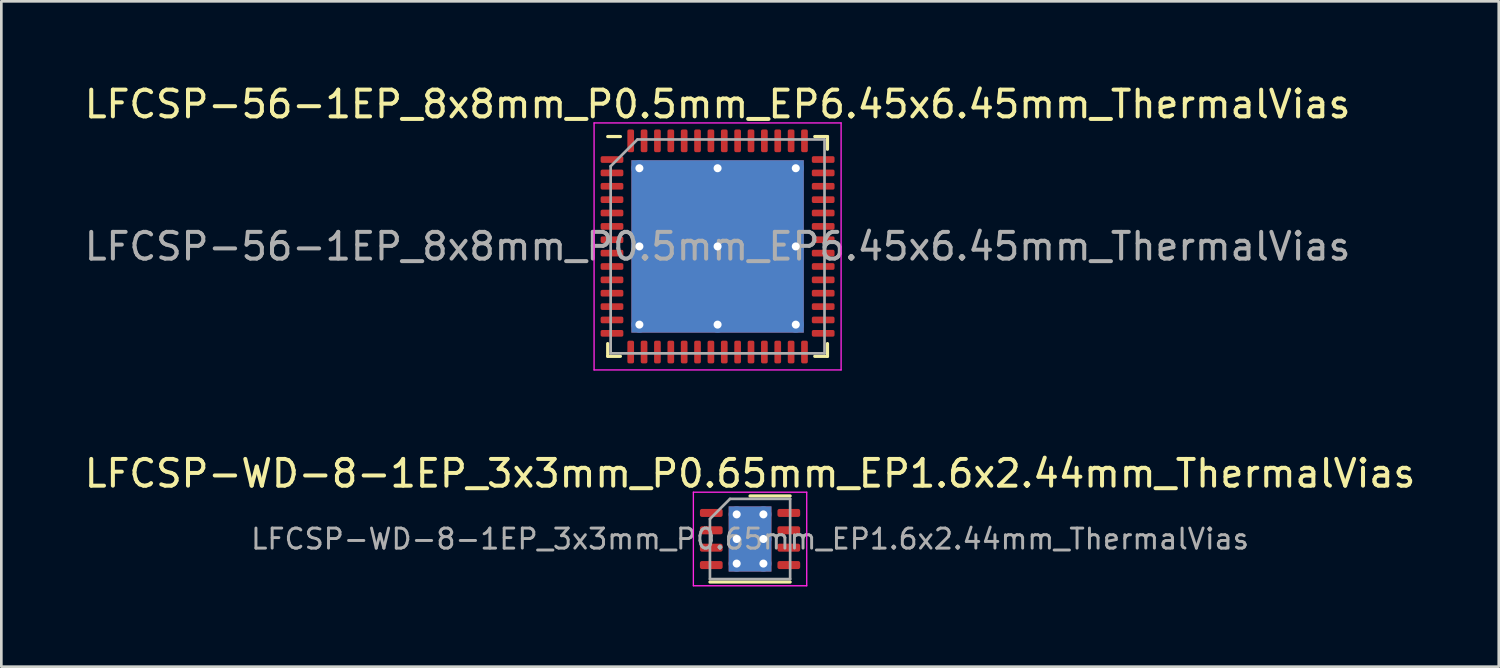
<source format=kicad_pcb>
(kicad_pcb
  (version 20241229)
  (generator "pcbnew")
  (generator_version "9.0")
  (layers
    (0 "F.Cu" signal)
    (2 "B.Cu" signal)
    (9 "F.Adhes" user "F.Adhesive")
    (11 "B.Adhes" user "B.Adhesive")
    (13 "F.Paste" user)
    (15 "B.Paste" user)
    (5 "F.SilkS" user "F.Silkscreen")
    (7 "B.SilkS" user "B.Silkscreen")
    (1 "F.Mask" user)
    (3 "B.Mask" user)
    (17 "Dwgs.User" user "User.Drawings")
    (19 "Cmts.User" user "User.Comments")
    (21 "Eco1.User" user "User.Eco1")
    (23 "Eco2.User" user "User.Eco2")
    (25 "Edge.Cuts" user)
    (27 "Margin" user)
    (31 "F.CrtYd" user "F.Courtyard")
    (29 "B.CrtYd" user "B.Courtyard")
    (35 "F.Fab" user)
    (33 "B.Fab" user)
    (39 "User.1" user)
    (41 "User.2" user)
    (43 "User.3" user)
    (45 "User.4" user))
  (footprint "LFCSP-56-1EP_8x8mm_P0.5mm_EP6.45x6.45mm_ThermalVias"
    (layer "F.Cu")
    (at 23.792 6.168)
    (property "Reference" "LFCSP-56-1EP_8x8mm_P0.5mm_EP6.45x6.45mm_ThermalVias" (at 0 -5.32 0) (layer "F.SilkS") (effects (font (size 1 1) (thickness 0.15))))
    (attr smd)
    (fp_line (start -4.11 4.11) (end -4.11 3.635) (stroke (width 0.12) (type solid)) (layer "F.SilkS"))
    (fp_line (start -3.635 -4.11) (end -4.11 -4.11) (stroke (width 0.12) (type solid)) (layer "F.SilkS"))
    (fp_line (start -3.635 4.11) (end -4.11 4.11) (stroke (width 0.12) (type solid)) (layer "F.SilkS"))
    (fp_line (start 3.635 -4.11) (end 4.11 -4.11) (stroke (width 0.12) (type solid)) (layer "F.SilkS"))
    (fp_line (start 3.635 4.11) (end 4.11 4.11) (stroke (width 0.12) (type solid)) (layer "F.SilkS"))
    (fp_line (start 4.11 -4.11) (end 4.11 -3.635) (stroke (width 0.12) (type solid)) (layer "F.SilkS"))
    (fp_line (start 4.11 4.11) (end 4.11 3.635) (stroke (width 0.12) (type solid)) (layer "F.SilkS"))
    (fp_line (start -4.62 -4.62) (end -4.62 4.62) (stroke (width 0.05) (type solid)) (layer "F.CrtYd"))
    (fp_line (start -4.62 4.62) (end 4.62 4.62) (stroke (width 0.05) (type solid)) (layer "F.CrtYd"))
    (fp_line (start 4.62 -4.62) (end -4.62 -4.62) (stroke (width 0.05) (type solid)) (layer "F.CrtYd"))
    (fp_line (start 4.62 4.62) (end 4.62 -4.62) (stroke (width 0.05) (type solid)) (layer "F.CrtYd"))
    (fp_line (start -4 -3) (end -3 -4) (stroke (width 0.1) (type solid)) (layer "F.Fab"))
    (fp_line (start -4 4) (end -4 -3) (stroke (width 0.1) (type solid)) (layer "F.Fab"))
    (fp_line (start -3 -4) (end 4 -4) (stroke (width 0.1) (type solid)) (layer "F.Fab"))
    (fp_line (start 4 -4) (end 4 4) (stroke (width 0.1) (type solid)) (layer "F.Fab"))
    (fp_line (start 4 4) (end -4 4) (stroke (width 0.1) (type solid)) (layer "F.Fab"))
    (fp_text user "${REFERENCE}" (at 0 0 0) (layer "F.Fab") (effects (font (size 1 1) (thickness 0.15))))
    (pad "" smd custom (at -1.462 -1.462) (size 2.636 2.636) (layers "F.Paste") (options (anchor circle)) (primitives (gr_poly (pts (xy -1.24 -1.11) (xy -1.11 -1.24) (xy 1.11 -1.24) (xy 1.24 -1.11) (xy 1.24 1.11) (xy 1.11 1.24) (xy -1.11 1.24) (xy -1.24 1.11)) (width 0.313) (fill yes))))
    (pad "" smd custom (at -1.462 1.462) (size 2.636 2.636) (layers "F.Paste") (options (anchor circle)) (primitives (gr_poly (pts (xy -1.24 -1.11) (xy -1.11 -1.24) (xy 1.11 -1.24) (xy 1.24 -1.11) (xy 1.24 1.11) (xy 1.11 1.24) (xy -1.11 1.24) (xy -1.24 1.11)) (width 0.313) (fill yes))))
    (pad "" smd custom (at 1.462 -1.462) (size 2.636 2.636) (layers "F.Paste") (options (anchor circle)) (primitives (gr_poly (pts (xy -1.24 -1.11) (xy -1.11 -1.24) (xy 1.11 -1.24) (xy 1.24 -1.11) (xy 1.24 1.11) (xy 1.11 1.24) (xy -1.11 1.24) (xy -1.24 1.11)) (width 0.313) (fill yes))))
    (pad "" smd custom (at 1.462 1.462) (size 2.636 2.636) (layers "F.Paste") (options (anchor circle)) (primitives (gr_poly (pts (xy -1.24 -1.11) (xy -1.11 -1.24) (xy 1.11 -1.24) (xy 1.24 -1.11) (xy 1.24 1.11) (xy 1.11 1.24) (xy -1.11 1.24) (xy -1.24 1.11)) (width 0.313) (fill yes))))
    (pad "1" smd roundrect (at -3.95 -3.25) (size 0.85 0.25) (layers "F.Cu" "F.Mask" "F.Paste") (roundrect_rratio 0.25))
    (pad "2" smd roundrect (at -3.95 -2.75) (size 0.85 0.25) (layers "F.Cu" "F.Mask" "F.Paste") (roundrect_rratio 0.25))
    (pad "3" smd roundrect (at -3.95 -2.25) (size 0.85 0.25) (layers "F.Cu" "F.Mask" "F.Paste") (roundrect_rratio 0.25))
    (pad "4" smd roundrect (at -3.95 -1.75) (size 0.85 0.25) (layers "F.Cu" "F.Mask" "F.Paste") (roundrect_rratio 0.25))
    (pad "5" smd roundrect (at -3.95 -1.25) (size 0.85 0.25) (layers "F.Cu" "F.Mask" "F.Paste") (roundrect_rratio 0.25))
    (pad "6" smd roundrect (at -3.95 -0.75) (size 0.85 0.25) (layers "F.Cu" "F.Mask" "F.Paste") (roundrect_rratio 0.25))
    (pad "7" smd roundrect (at -3.95 -0.25) (size 0.85 0.25) (layers "F.Cu" "F.Mask" "F.Paste") (roundrect_rratio 0.25))
    (pad "8" smd roundrect (at -3.95 0.25) (size 0.85 0.25) (layers "F.Cu" "F.Mask" "F.Paste") (roundrect_rratio 0.25))
    (pad "9" smd roundrect (at -3.95 0.75) (size 0.85 0.25) (layers "F.Cu" "F.Mask" "F.Paste") (roundrect_rratio 0.25))
    (pad "10" smd roundrect (at -3.95 1.25) (size 0.85 0.25) (layers "F.Cu" "F.Mask" "F.Paste") (roundrect_rratio 0.25))
    (pad "11" smd roundrect (at -3.95 1.75) (size 0.85 0.25) (layers "F.Cu" "F.Mask" "F.Paste") (roundrect_rratio 0.25))
    (pad "12" smd roundrect (at -3.95 2.25) (size 0.85 0.25) (layers "F.Cu" "F.Mask" "F.Paste") (roundrect_rratio 0.25))
    (pad "13" smd roundrect (at -3.95 2.75) (size 0.85 0.25) (layers "F.Cu" "F.Mask" "F.Paste") (roundrect_rratio 0.25))
    (pad "14" smd roundrect (at -3.95 3.25) (size 0.85 0.25) (layers "F.Cu" "F.Mask" "F.Paste") (roundrect_rratio 0.25))
    (pad "15" smd roundrect (at -3.25 3.95) (size 0.25 0.85) (layers "F.Cu" "F.Mask" "F.Paste") (roundrect_rratio 0.25))
    (pad "16" smd roundrect (at -2.75 3.95) (size 0.25 0.85) (layers "F.Cu" "F.Mask" "F.Paste") (roundrect_rratio 0.25))
    (pad "17" smd roundrect (at -2.25 3.95) (size 0.25 0.85) (layers "F.Cu" "F.Mask" "F.Paste") (roundrect_rratio 0.25))
    (pad "18" smd roundrect (at -1.75 3.95) (size 0.25 0.85) (layers "F.Cu" "F.Mask" "F.Paste") (roundrect_rratio 0.25))
    (pad "19" smd roundrect (at -1.25 3.95) (size 0.25 0.85) (layers "F.Cu" "F.Mask" "F.Paste") (roundrect_rratio 0.25))
    (pad "20" smd roundrect (at -0.75 3.95) (size 0.25 0.85) (layers "F.Cu" "F.Mask" "F.Paste") (roundrect_rratio 0.25))
    (pad "21" smd roundrect (at -0.25 3.95) (size 0.25 0.85) (layers "F.Cu" "F.Mask" "F.Paste") (roundrect_rratio 0.25))
    (pad "22" smd roundrect (at 0.25 3.95) (size 0.25 0.85) (layers "F.Cu" "F.Mask" "F.Paste") (roundrect_rratio 0.25))
    (pad "23" smd roundrect (at 0.75 3.95) (size 0.25 0.85) (layers "F.Cu" "F.Mask" "F.Paste") (roundrect_rratio 0.25))
    (pad "24" smd roundrect (at 1.25 3.95) (size 0.25 0.85) (layers "F.Cu" "F.Mask" "F.Paste") (roundrect_rratio 0.25))
    (pad "25" smd roundrect (at 1.75 3.95) (size 0.25 0.85) (layers "F.Cu" "F.Mask" "F.Paste") (roundrect_rratio 0.25))
    (pad "26" smd roundrect (at 2.25 3.95) (size 0.25 0.85) (layers "F.Cu" "F.Mask" "F.Paste") (roundrect_rratio 0.25))
    (pad "27" smd roundrect (at 2.75 3.95) (size 0.25 0.85) (layers "F.Cu" "F.Mask" "F.Paste") (roundrect_rratio 0.25))
    (pad "28" smd roundrect (at 3.25 3.95) (size 0.25 0.85) (layers "F.Cu" "F.Mask" "F.Paste") (roundrect_rratio 0.25))
    (pad "29" smd roundrect (at 3.95 3.25) (size 0.85 0.25) (layers "F.Cu" "F.Mask" "F.Paste") (roundrect_rratio 0.25))
    (pad "30" smd roundrect (at 3.95 2.75) (size 0.85 0.25) (layers "F.Cu" "F.Mask" "F.Paste") (roundrect_rratio 0.25))
    (pad "31" smd roundrect (at 3.95 2.25) (size 0.85 0.25) (layers "F.Cu" "F.Mask" "F.Paste") (roundrect_rratio 0.25))
    (pad "32" smd roundrect (at 3.95 1.75) (size 0.85 0.25) (layers "F.Cu" "F.Mask" "F.Paste") (roundrect_rratio 0.25))
    (pad "33" smd roundrect (at 3.95 1.25) (size 0.85 0.25) (layers "F.Cu" "F.Mask" "F.Paste") (roundrect_rratio 0.25))
    (pad "34" smd roundrect (at 3.95 0.75) (size 0.85 0.25) (layers "F.Cu" "F.Mask" "F.Paste") (roundrect_rratio 0.25))
    (pad "35" smd roundrect (at 3.95 0.25) (size 0.85 0.25) (layers "F.Cu" "F.Mask" "F.Paste") (roundrect_rratio 0.25))
    (pad "36" smd roundrect (at 3.95 -0.25) (size 0.85 0.25) (layers "F.Cu" "F.Mask" "F.Paste") (roundrect_rratio 0.25))
    (pad "37" smd roundrect (at 3.95 -0.75) (size 0.85 0.25) (layers "F.Cu" "F.Mask" "F.Paste") (roundrect_rratio 0.25))
    (pad "38" smd roundrect (at 3.95 -1.25) (size 0.85 0.25) (layers "F.Cu" "F.Mask" "F.Paste") (roundrect_rratio 0.25))
    (pad "39" smd roundrect (at 3.95 -1.75) (size 0.85 0.25) (layers "F.Cu" "F.Mask" "F.Paste") (roundrect_rratio 0.25))
    (pad "40" smd roundrect (at 3.95 -2.25) (size 0.85 0.25) (layers "F.Cu" "F.Mask" "F.Paste") (roundrect_rratio 0.25))
    (pad "41" smd roundrect (at 3.95 -2.75) (size 0.85 0.25) (layers "F.Cu" "F.Mask" "F.Paste") (roundrect_rratio 0.25))
    (pad "42" smd roundrect (at 3.95 -3.25) (size 0.85 0.25) (layers "F.Cu" "F.Mask" "F.Paste") (roundrect_rratio 0.25))
    (pad "43" smd roundrect (at 3.25 -3.95) (size 0.25 0.85) (layers "F.Cu" "F.Mask" "F.Paste") (roundrect_rratio 0.25))
    (pad "44" smd roundrect (at 2.75 -3.95) (size 0.25 0.85) (layers "F.Cu" "F.Mask" "F.Paste") (roundrect_rratio 0.25))
    (pad "45" smd roundrect (at 2.25 -3.95) (size 0.25 0.85) (layers "F.Cu" "F.Mask" "F.Paste") (roundrect_rratio 0.25))
    (pad "46" smd roundrect (at 1.75 -3.95) (size 0.25 0.85) (layers "F.Cu" "F.Mask" "F.Paste") (roundrect_rratio 0.25))
    (pad "47" smd roundrect (at 1.25 -3.95) (size 0.25 0.85) (layers "F.Cu" "F.Mask" "F.Paste") (roundrect_rratio 0.25))
    (pad "48" smd roundrect (at 0.75 -3.95) (size 0.25 0.85) (layers "F.Cu" "F.Mask" "F.Paste") (roundrect_rratio 0.25))
    (pad "49" smd roundrect (at 0.25 -3.95) (size 0.25 0.85) (layers "F.Cu" "F.Mask" "F.Paste") (roundrect_rratio 0.25))
    (pad "50" smd roundrect (at -0.25 -3.95) (size 0.25 0.85) (layers "F.Cu" "F.Mask" "F.Paste") (roundrect_rratio 0.25))
    (pad "51" smd roundrect (at -0.75 -3.95) (size 0.25 0.85) (layers "F.Cu" "F.Mask" "F.Paste") (roundrect_rratio 0.25))
    (pad "52" smd roundrect (at -1.25 -3.95) (size 0.25 0.85) (layers "F.Cu" "F.Mask" "F.Paste") (roundrect_rratio 0.25))
    (pad "53" smd roundrect (at -1.75 -3.95) (size 0.25 0.85) (layers "F.Cu" "F.Mask" "F.Paste") (roundrect_rratio 0.25))
    (pad "54" smd roundrect (at -2.25 -3.95) (size 0.25 0.85) (layers "F.Cu" "F.Mask" "F.Paste") (roundrect_rratio 0.25))
    (pad "55" smd roundrect (at -2.75 -3.95) (size 0.25 0.85) (layers "F.Cu" "F.Mask" "F.Paste") (roundrect_rratio 0.25))
    (pad "56" smd roundrect (at -3.25 -3.95) (size 0.25 0.85) (layers "F.Cu" "F.Mask" "F.Paste") (roundrect_rratio 0.25))
    (pad "57" thru_hole circle (at -2.925 -2.925) (size 0.6 0.6) (drill 0.3) (layers "*.Cu"))
    (pad "57" thru_hole circle (at -2.925 0) (size 0.6 0.6) (drill 0.3) (layers "*.Cu"))
    (pad "57" thru_hole circle (at -2.925 2.925) (size 0.6 0.6) (drill 0.3) (layers "*.Cu"))
    (pad "57" thru_hole circle (at 0 -2.925) (size 0.6 0.6) (drill 0.3) (layers "*.Cu"))
    (pad "57" thru_hole circle (at 0 0) (size 0.6 0.6) (drill 0.3) (layers "*.Cu"))
    (pad "57" smd rect (at 0 0) (size 6.45 6.45) (layers "F.Cu" "F.Mask"))
    (pad "57" smd rect (at 0 0) (size 6.45 6.45) (layers "B.Cu"))
    (pad "57" thru_hole circle (at 0 2.925) (size 0.6 0.6) (drill 0.3) (layers "*.Cu"))
    (pad "57" thru_hole circle (at 2.925 -2.925) (size 0.6 0.6) (drill 0.3) (layers "*.Cu"))
    (pad "57" thru_hole circle (at 2.925 0) (size 0.6 0.6) (drill 0.3) (layers "*.Cu"))
    (pad "57" thru_hole circle (at 2.925 2.925) (size 0.6 0.6) (drill 0.3) (layers "*.Cu")))
  (footprint "LFCSP-WD-8-1EP_3x3mm_P0.65mm_EP1.6x2.44mm_ThermalVias"
    (layer "F.Cu")
    (at 25.006 17.111)
    (property "Reference" "LFCSP-WD-8-1EP_3x3mm_P0.65mm_EP1.6x2.44mm_ThermalVias" (at 0 -2.45 0) (layer "F.SilkS") (effects (font (size 1 1) (thickness 0.15))))
    (attr smd)
    (fp_line (start -1.5 1.61) (end 1.5 1.61) (stroke (width 0.12) (type solid)) (layer "F.SilkS"))
    (fp_line (start 0 -1.61) (end 1.5 -1.61) (stroke (width 0.12) (type solid)) (layer "F.SilkS"))
    (fp_line (start -2.12 -1.75) (end -2.12 1.75) (stroke (width 0.05) (type solid)) (layer "F.CrtYd"))
    (fp_line (start -2.12 1.75) (end 2.12 1.75) (stroke (width 0.05) (type solid)) (layer "F.CrtYd"))
    (fp_line (start 2.12 -1.75) (end -2.12 -1.75) (stroke (width 0.05) (type solid)) (layer "F.CrtYd"))
    (fp_line (start 2.12 1.75) (end 2.12 -1.75) (stroke (width 0.05) (type solid)) (layer "F.CrtYd"))
    (fp_line (start -1.5 -0.75) (end -0.75 -1.5) (stroke (width 0.1) (type solid)) (layer "F.Fab"))
    (fp_line (start -1.5 1.5) (end -1.5 -0.75) (stroke (width 0.1) (type solid)) (layer "F.Fab"))
    (fp_line (start -0.75 -1.5) (end 1.5 -1.5) (stroke (width 0.1) (type solid)) (layer "F.Fab"))
    (fp_line (start 1.5 -1.5) (end 1.5 1.5) (stroke (width 0.1) (type solid)) (layer "F.Fab"))
    (fp_line (start 1.5 1.5) (end -1.5 1.5) (stroke (width 0.1) (type solid)) (layer "F.Fab"))
    (fp_text user "${REFERENCE}" (at 0 0 0) (layer "F.Fab") (effects (font (size 0.75 0.75) (thickness 0.11))))
    (pad "" smd roundrect (at -0.4 -0.81) (size 0.69 0.7) (layers "F.Paste") (roundrect_rratio 0.25))
    (pad "" smd roundrect (at -0.4 0) (size 0.69 0.7) (layers "F.Paste") (roundrect_rratio 0.25))
    (pad "" smd roundrect (at -0.4 0.81) (size 0.69 0.7) (layers "F.Paste") (roundrect_rratio 0.25))
    (pad "" smd roundrect (at 0.4 -0.81) (size 0.69 0.7) (layers "F.Paste") (roundrect_rratio 0.25))
    (pad "" smd roundrect (at 0.4 0) (size 0.69 0.7) (layers "F.Paste") (roundrect_rratio 0.25))
    (pad "" smd roundrect (at 0.4 0.81) (size 0.69 0.7) (layers "F.Paste") (roundrect_rratio 0.25))
    (pad "1" smd roundrect (at -1.45 -0.975) (size 0.85 0.3) (layers "F.Cu" "F.Mask" "F.Paste") (roundrect_rratio 0.25))
    (pad "2" smd roundrect (at -1.45 -0.325) (size 0.85 0.3) (layers "F.Cu" "F.Mask" "F.Paste") (roundrect_rratio 0.25))
    (pad "3" smd roundrect (at -1.45 0.325) (size 0.85 0.3) (layers "F.Cu" "F.Mask" "F.Paste") (roundrect_rratio 0.25))
    (pad "4" smd roundrect (at -1.45 0.975) (size 0.85 0.3) (layers "F.Cu" "F.Mask" "F.Paste") (roundrect_rratio 0.25))
    (pad "5" smd roundrect (at 1.45 0.975) (size 0.85 0.3) (layers "F.Cu" "F.Mask" "F.Paste") (roundrect_rratio 0.25))
    (pad "6" smd roundrect (at 1.45 0.325) (size 0.85 0.3) (layers "F.Cu" "F.Mask" "F.Paste") (roundrect_rratio 0.25))
    (pad "7" smd roundrect (at 1.45 -0.325) (size 0.85 0.3) (layers "F.Cu" "F.Mask" "F.Paste") (roundrect_rratio 0.25))
    (pad "8" smd roundrect (at 1.45 -0.975) (size 0.85 0.3) (layers "F.Cu" "F.Mask" "F.Paste") (roundrect_rratio 0.25))
    (pad "9" thru_hole circle (at -0.5 -0.92) (size 0.6 0.6) (drill 0.3) (layers "*.Cu"))
    (pad "9" thru_hole circle (at -0.5 0) (size 0.6 0.6) (drill 0.3) (layers "*.Cu"))
    (pad "9" thru_hole circle (at -0.5 0.92) (size 0.6 0.6) (drill 0.3) (layers "*.Cu"))
    (pad "9" smd rect (at 0 0) (size 1.6 2.44) (layers "F.Cu" "F.Mask"))
    (pad "9" smd rect (at 0 0) (size 1.6 2.44) (layers "B.Cu"))
    (pad "9" thru_hole circle (at 0.5 -0.92) (size 0.6 0.6) (drill 0.3) (layers "*.Cu"))
    (pad "9" thru_hole circle (at 0.5 0) (size 0.6 0.6) (drill 0.3) (layers "*.Cu"))
    (pad "9" thru_hole circle (at 0.5 0.92) (size 0.6 0.6) (drill 0.3) (layers "*.Cu")))
  (gr_rect
    (start -3 -3)
    (end 53.012 21.887)
    (stroke (width 0.1) (type default))
    (fill no)
    (layer "Edge.Cuts")))
</source>
